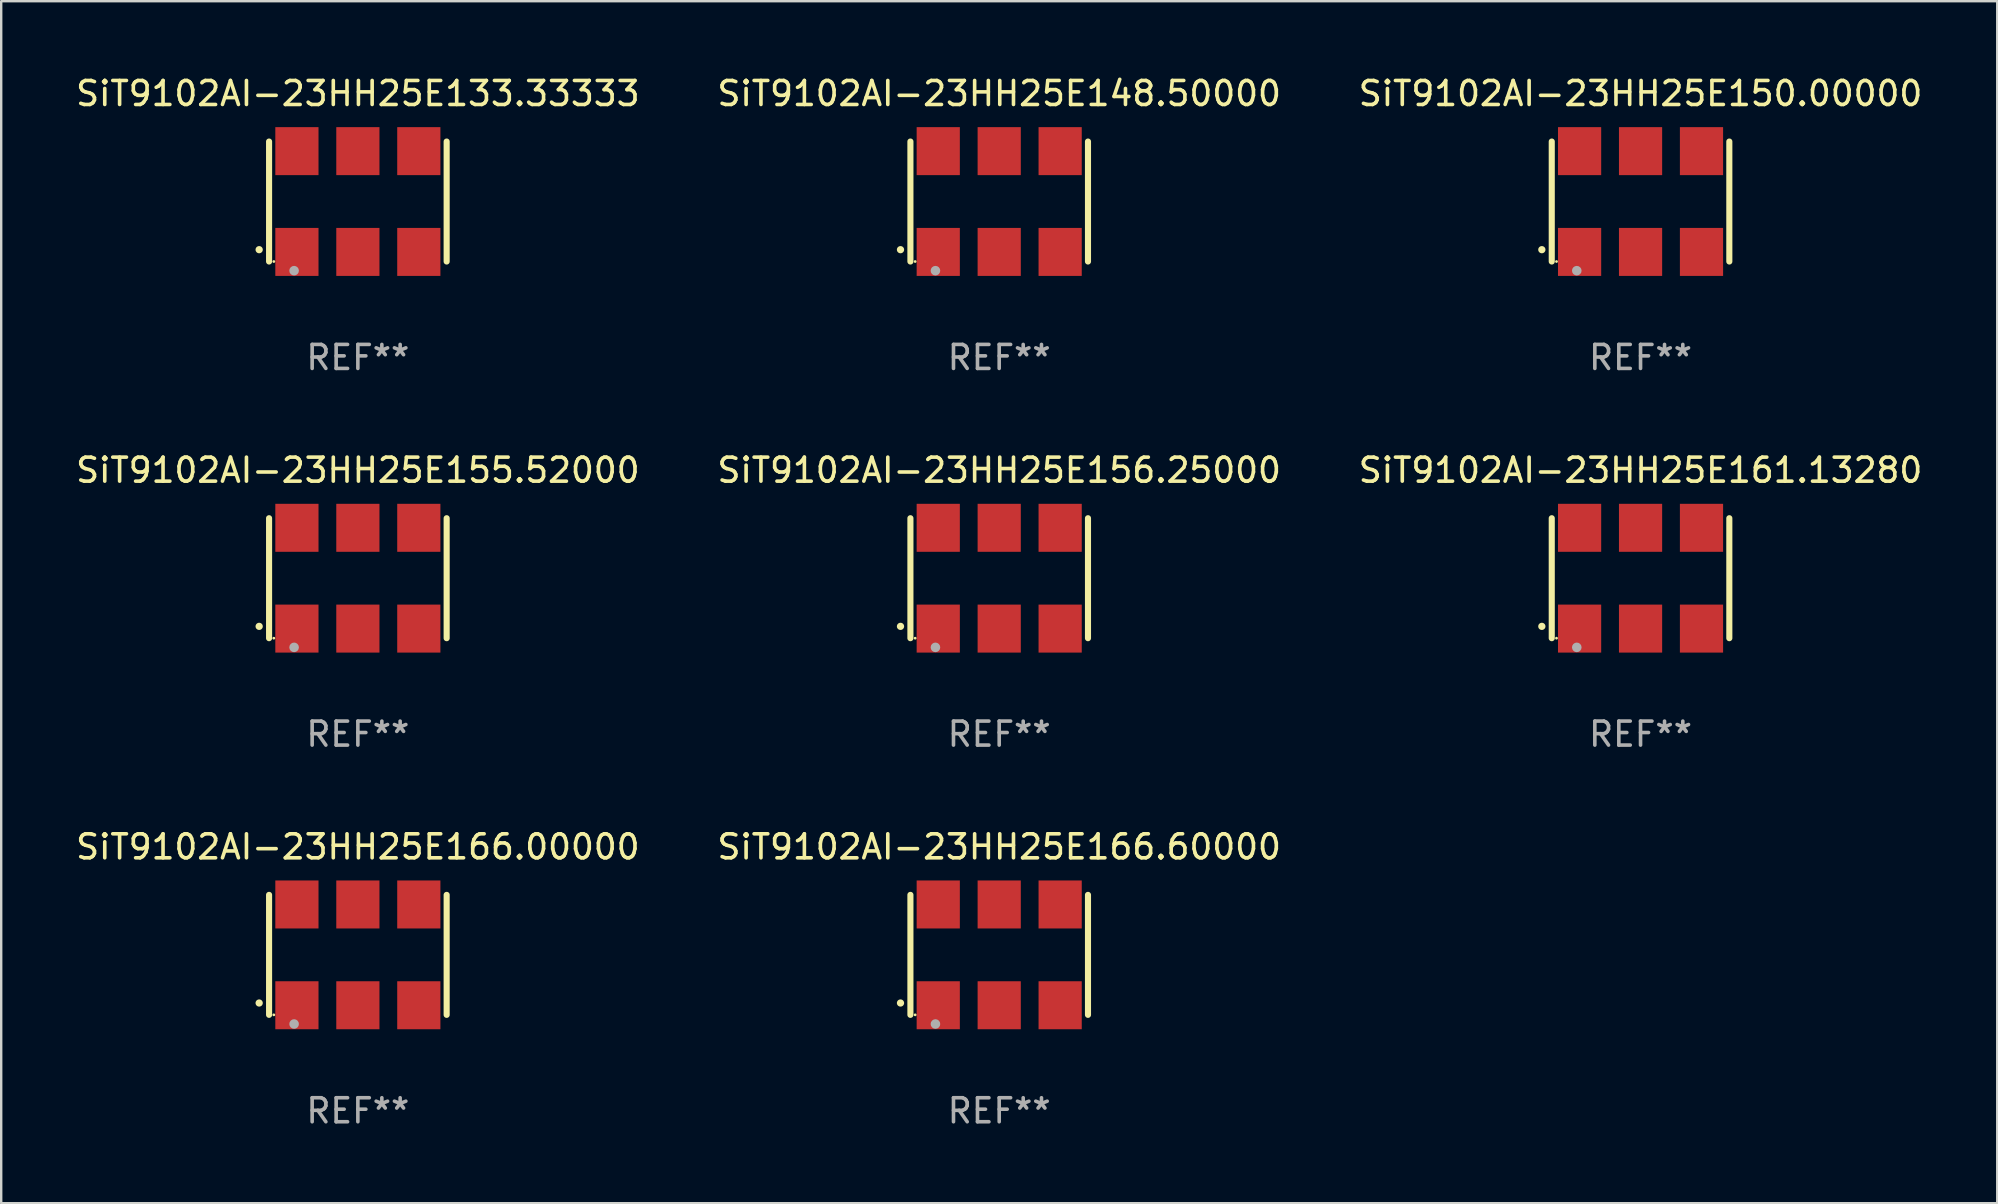
<source format=kicad_pcb>
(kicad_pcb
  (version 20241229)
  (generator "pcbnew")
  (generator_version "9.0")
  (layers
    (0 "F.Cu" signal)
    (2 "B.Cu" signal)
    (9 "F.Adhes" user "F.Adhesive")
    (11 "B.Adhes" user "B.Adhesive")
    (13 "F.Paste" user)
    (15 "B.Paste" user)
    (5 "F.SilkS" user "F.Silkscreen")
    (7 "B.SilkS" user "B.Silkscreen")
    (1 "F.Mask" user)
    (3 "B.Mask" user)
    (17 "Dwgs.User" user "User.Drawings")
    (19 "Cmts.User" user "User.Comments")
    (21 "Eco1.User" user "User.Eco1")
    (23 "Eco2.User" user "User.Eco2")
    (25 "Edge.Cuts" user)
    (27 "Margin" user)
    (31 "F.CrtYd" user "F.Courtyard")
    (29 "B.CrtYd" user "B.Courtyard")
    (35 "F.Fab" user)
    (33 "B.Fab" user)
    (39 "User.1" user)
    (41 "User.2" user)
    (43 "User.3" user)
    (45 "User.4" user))
  (footprint "SiT9102AI-23HH25E166.60000"
    (layer "F.Cu")
    (at 38.589 36.741)
    (property "Reference" "SiT9102AI-23HH25E166.60000" (at 0 -4.5 0) (layer "F.SilkS") (effects (font (size 1 1) (thickness 0.15))))
    (attr through_hole)
    (fp_line (start -3.7 -2.5) (end -3.7 2.5) (stroke (width 0.254) (type solid)) (layer "F.SilkS"))
    (fp_line (start 3.7 -2.5) (end 3.7 2.5) (stroke (width 0.254) (type solid)) (layer "F.SilkS"))
    (fp_arc (start -4.114415 2.006604) (mid -4.113145 2.006599) (end -4.111875 2.006604) (stroke (width 0.3) (type solid)) (layer "F.SilkS"))
    (fp_circle (center -3.502 2.5) (end -3.472 2.5) (stroke (width 0.06) (type solid)) (fill no) (layer "F.SilkS"))
    (fp_circle (center -2.657 2.882) (end -2.557 2.882) (stroke (width 0.2) (type solid)) (fill no) (layer "F.Fab"))
    (fp_text user "REF**" (at 0 6.5 0) (layer "F.Fab") (effects (font (size 1 1) (thickness 0.15))))
    (pad "1" smd rect (at -2.54 2.1) (size 1.8 2) (layers "F.Cu" "F.Mask" "F.Paste"))
    (pad "2" smd rect (at 0.000394 2.1) (size 1.8 2) (layers "F.Cu" "F.Mask" "F.Paste"))
    (pad "3" smd rect (at 2.54 2.1) (size 1.8 2) (layers "F.Cu" "F.Mask" "F.Paste"))
    (pad "4" smd rect (at 2.54 -2.1) (size 1.8 2) (layers "F.Cu" "F.Mask" "F.Paste"))
    (pad "5" smd rect (at 0.000394 -2.1) (size 1.8 2) (layers "F.Cu" "F.Mask" "F.Paste"))
    (pad "6" smd rect (at -2.54 -2.1) (size 1.8 2) (layers "F.Cu" "F.Mask" "F.Paste")))
  (footprint "SiT9102AI-23HH25E150.00000"
    (layer "F.Cu")
    (at 65.315 5.348)
    (property "Reference" "SiT9102AI-23HH25E150.00000" (at 0 -4.5 0) (layer "F.SilkS") (effects (font (size 1 1) (thickness 0.15))))
    (attr through_hole)
    (fp_line (start -3.7 -2.5) (end -3.7 2.5) (stroke (width 0.254) (type solid)) (layer "F.SilkS"))
    (fp_line (start 3.7 -2.5) (end 3.7 2.5) (stroke (width 0.254) (type solid)) (layer "F.SilkS"))
    (fp_arc (start -4.114415 2.006604) (mid -4.113145 2.006599) (end -4.111875 2.006604) (stroke (width 0.3) (type solid)) (layer "F.SilkS"))
    (fp_circle (center -3.502 2.5) (end -3.472 2.5) (stroke (width 0.06) (type solid)) (fill no) (layer "F.SilkS"))
    (fp_circle (center -2.657 2.882) (end -2.557 2.882) (stroke (width 0.2) (type solid)) (fill no) (layer "F.Fab"))
    (fp_text user "REF**" (at 0 6.5 0) (layer "F.Fab") (effects (font (size 1 1) (thickness 0.15))))
    (pad "1" smd rect (at -2.54 2.1) (size 1.8 2) (layers "F.Cu" "F.Mask" "F.Paste"))
    (pad "2" smd rect (at 0.000394 2.1) (size 1.8 2) (layers "F.Cu" "F.Mask" "F.Paste"))
    (pad "3" smd rect (at 2.54 2.1) (size 1.8 2) (layers "F.Cu" "F.Mask" "F.Paste"))
    (pad "4" smd rect (at 2.54 -2.1) (size 1.8 2) (layers "F.Cu" "F.Mask" "F.Paste"))
    (pad "5" smd rect (at 0.000394 -2.1) (size 1.8 2) (layers "F.Cu" "F.Mask" "F.Paste"))
    (pad "6" smd rect (at -2.54 -2.1) (size 1.8 2) (layers "F.Cu" "F.Mask" "F.Paste")))
  (footprint "SiT9102AI-23HH25E156.25000"
    (layer "F.Cu")
    (at 38.589 21.045)
    (property "Reference" "SiT9102AI-23HH25E156.25000" (at 0 -4.5 0) (layer "F.SilkS") (effects (font (size 1 1) (thickness 0.15))))
    (attr through_hole)
    (fp_line (start -3.7 -2.5) (end -3.7 2.5) (stroke (width 0.254) (type solid)) (layer "F.SilkS"))
    (fp_line (start 3.7 -2.5) (end 3.7 2.5) (stroke (width 0.254) (type solid)) (layer "F.SilkS"))
    (fp_arc (start -4.114415 2.006604) (mid -4.113145 2.006599) (end -4.111875 2.006604) (stroke (width 0.3) (type solid)) (layer "F.SilkS"))
    (fp_circle (center -3.502 2.5) (end -3.472 2.5) (stroke (width 0.06) (type solid)) (fill no) (layer "F.SilkS"))
    (fp_circle (center -2.657 2.882) (end -2.557 2.882) (stroke (width 0.2) (type solid)) (fill no) (layer "F.Fab"))
    (fp_text user "REF**" (at 0 6.5 0) (layer "F.Fab") (effects (font (size 1 1) (thickness 0.15))))
    (pad "1" smd rect (at -2.54 2.1) (size 1.8 2) (layers "F.Cu" "F.Mask" "F.Paste"))
    (pad "2" smd rect (at 0.000394 2.1) (size 1.8 2) (layers "F.Cu" "F.Mask" "F.Paste"))
    (pad "3" smd rect (at 2.54 2.1) (size 1.8 2) (layers "F.Cu" "F.Mask" "F.Paste"))
    (pad "4" smd rect (at 2.54 -2.1) (size 1.8 2) (layers "F.Cu" "F.Mask" "F.Paste"))
    (pad "5" smd rect (at 0.000394 -2.1) (size 1.8 2) (layers "F.Cu" "F.Mask" "F.Paste"))
    (pad "6" smd rect (at -2.54 -2.1) (size 1.8 2) (layers "F.Cu" "F.Mask" "F.Paste")))
  (footprint "SiT9102AI-23HH25E166.00000"
    (layer "F.Cu")
    (at 11.863 36.741)
    (property "Reference" "SiT9102AI-23HH25E166.00000" (at 0 -4.5 0) (layer "F.SilkS") (effects (font (size 1 1) (thickness 0.15))))
    (attr through_hole)
    (fp_line (start -3.7 -2.5) (end -3.7 2.5) (stroke (width 0.254) (type solid)) (layer "F.SilkS"))
    (fp_line (start 3.7 -2.5) (end 3.7 2.5) (stroke (width 0.254) (type solid)) (layer "F.SilkS"))
    (fp_arc (start -4.114415 2.006604) (mid -4.113145 2.006599) (end -4.111875 2.006604) (stroke (width 0.3) (type solid)) (layer "F.SilkS"))
    (fp_circle (center -3.502 2.5) (end -3.472 2.5) (stroke (width 0.06) (type solid)) (fill no) (layer "F.SilkS"))
    (fp_circle (center -2.657 2.882) (end -2.557 2.882) (stroke (width 0.2) (type solid)) (fill no) (layer "F.Fab"))
    (fp_text user "REF**" (at 0 6.5 0) (layer "F.Fab") (effects (font (size 1 1) (thickness 0.15))))
    (pad "1" smd rect (at -2.54 2.1) (size 1.8 2) (layers "F.Cu" "F.Mask" "F.Paste"))
    (pad "2" smd rect (at 0.000394 2.1) (size 1.8 2) (layers "F.Cu" "F.Mask" "F.Paste"))
    (pad "3" smd rect (at 2.54 2.1) (size 1.8 2) (layers "F.Cu" "F.Mask" "F.Paste"))
    (pad "4" smd rect (at 2.54 -2.1) (size 1.8 2) (layers "F.Cu" "F.Mask" "F.Paste"))
    (pad "5" smd rect (at 0.000394 -2.1) (size 1.8 2) (layers "F.Cu" "F.Mask" "F.Paste"))
    (pad "6" smd rect (at -2.54 -2.1) (size 1.8 2) (layers "F.Cu" "F.Mask" "F.Paste")))
  (footprint "SiT9102AI-23HH25E148.50000"
    (layer "F.Cu")
    (at 38.589 5.348)
    (property "Reference" "SiT9102AI-23HH25E148.50000" (at 0 -4.5 0) (layer "F.SilkS") (effects (font (size 1 1) (thickness 0.15))))
    (attr through_hole)
    (fp_line (start -3.7 -2.5) (end -3.7 2.5) (stroke (width 0.254) (type solid)) (layer "F.SilkS"))
    (fp_line (start 3.7 -2.5) (end 3.7 2.5) (stroke (width 0.254) (type solid)) (layer "F.SilkS"))
    (fp_arc (start -4.114415 2.006604) (mid -4.113145 2.006599) (end -4.111875 2.006604) (stroke (width 0.3) (type solid)) (layer "F.SilkS"))
    (fp_circle (center -3.502 2.5) (end -3.472 2.5) (stroke (width 0.06) (type solid)) (fill no) (layer "F.SilkS"))
    (fp_circle (center -2.657 2.882) (end -2.557 2.882) (stroke (width 0.2) (type solid)) (fill no) (layer "F.Fab"))
    (fp_text user "REF**" (at 0 6.5 0) (layer "F.Fab") (effects (font (size 1 1) (thickness 0.15))))
    (pad "1" smd rect (at -2.54 2.1) (size 1.8 2) (layers "F.Cu" "F.Mask" "F.Paste"))
    (pad "2" smd rect (at 0.000394 2.1) (size 1.8 2) (layers "F.Cu" "F.Mask" "F.Paste"))
    (pad "3" smd rect (at 2.54 2.1) (size 1.8 2) (layers "F.Cu" "F.Mask" "F.Paste"))
    (pad "4" smd rect (at 2.54 -2.1) (size 1.8 2) (layers "F.Cu" "F.Mask" "F.Paste"))
    (pad "5" smd rect (at 0.000394 -2.1) (size 1.8 2) (layers "F.Cu" "F.Mask" "F.Paste"))
    (pad "6" smd rect (at -2.54 -2.1) (size 1.8 2) (layers "F.Cu" "F.Mask" "F.Paste")))
  (footprint "SiT9102AI-23HH25E161.13280"
    (layer "F.Cu")
    (at 65.315 21.045)
    (property "Reference" "SiT9102AI-23HH25E161.13280" (at 0 -4.5 0) (layer "F.SilkS") (effects (font (size 1 1) (thickness 0.15))))
    (attr through_hole)
    (fp_line (start -3.7 -2.5) (end -3.7 2.5) (stroke (width 0.254) (type solid)) (layer "F.SilkS"))
    (fp_line (start 3.7 -2.5) (end 3.7 2.5) (stroke (width 0.254) (type solid)) (layer "F.SilkS"))
    (fp_arc (start -4.114415 2.006604) (mid -4.113145 2.006599) (end -4.111875 2.006604) (stroke (width 0.3) (type solid)) (layer "F.SilkS"))
    (fp_circle (center -3.502 2.5) (end -3.472 2.5) (stroke (width 0.06) (type solid)) (fill no) (layer "F.SilkS"))
    (fp_circle (center -2.657 2.882) (end -2.557 2.882) (stroke (width 0.2) (type solid)) (fill no) (layer "F.Fab"))
    (fp_text user "REF**" (at 0 6.5 0) (layer "F.Fab") (effects (font (size 1 1) (thickness 0.15))))
    (pad "1" smd rect (at -2.54 2.1) (size 1.8 2) (layers "F.Cu" "F.Mask" "F.Paste"))
    (pad "2" smd rect (at 0.000394 2.1) (size 1.8 2) (layers "F.Cu" "F.Mask" "F.Paste"))
    (pad "3" smd rect (at 2.54 2.1) (size 1.8 2) (layers "F.Cu" "F.Mask" "F.Paste"))
    (pad "4" smd rect (at 2.54 -2.1) (size 1.8 2) (layers "F.Cu" "F.Mask" "F.Paste"))
    (pad "5" smd rect (at 0.000394 -2.1) (size 1.8 2) (layers "F.Cu" "F.Mask" "F.Paste"))
    (pad "6" smd rect (at -2.54 -2.1) (size 1.8 2) (layers "F.Cu" "F.Mask" "F.Paste")))
  (footprint "SiT9102AI-23HH25E133.33333"
    (layer "F.Cu")
    (at 11.863 5.348)
    (property "Reference" "SiT9102AI-23HH25E133.33333" (at 0 -4.5 0) (layer "F.SilkS") (effects (font (size 1 1) (thickness 0.15))))
    (attr through_hole)
    (fp_line (start -3.7 -2.5) (end -3.7 2.5) (stroke (width 0.254) (type solid)) (layer "F.SilkS"))
    (fp_line (start 3.7 -2.5) (end 3.7 2.5) (stroke (width 0.254) (type solid)) (layer "F.SilkS"))
    (fp_arc (start -4.114415 2.006604) (mid -4.113145 2.006599) (end -4.111875 2.006604) (stroke (width 0.3) (type solid)) (layer "F.SilkS"))
    (fp_circle (center -3.502 2.5) (end -3.472 2.5) (stroke (width 0.06) (type solid)) (fill no) (layer "F.SilkS"))
    (fp_circle (center -2.657 2.882) (end -2.557 2.882) (stroke (width 0.2) (type solid)) (fill no) (layer "F.Fab"))
    (fp_text user "REF**" (at 0 6.5 0) (layer "F.Fab") (effects (font (size 1 1) (thickness 0.15))))
    (pad "1" smd rect (at -2.54 2.1) (size 1.8 2) (layers "F.Cu" "F.Mask" "F.Paste"))
    (pad "2" smd rect (at 0.000394 2.1) (size 1.8 2) (layers "F.Cu" "F.Mask" "F.Paste"))
    (pad "3" smd rect (at 2.54 2.1) (size 1.8 2) (layers "F.Cu" "F.Mask" "F.Paste"))
    (pad "4" smd rect (at 2.54 -2.1) (size 1.8 2) (layers "F.Cu" "F.Mask" "F.Paste"))
    (pad "5" smd rect (at 0.000394 -2.1) (size 1.8 2) (layers "F.Cu" "F.Mask" "F.Paste"))
    (pad "6" smd rect (at -2.54 -2.1) (size 1.8 2) (layers "F.Cu" "F.Mask" "F.Paste")))
  (footprint "SiT9102AI-23HH25E155.52000"
    (layer "F.Cu")
    (at 11.863 21.045)
    (property "Reference" "SiT9102AI-23HH25E155.52000" (at 0 -4.5 0) (layer "F.SilkS") (effects (font (size 1 1) (thickness 0.15))))
    (attr through_hole)
    (fp_line (start -3.7 -2.5) (end -3.7 2.5) (stroke (width 0.254) (type solid)) (layer "F.SilkS"))
    (fp_line (start 3.7 -2.5) (end 3.7 2.5) (stroke (width 0.254) (type solid)) (layer "F.SilkS"))
    (fp_arc (start -4.114415 2.006604) (mid -4.113145 2.006599) (end -4.111875 2.006604) (stroke (width 0.3) (type solid)) (layer "F.SilkS"))
    (fp_circle (center -3.502 2.5) (end -3.472 2.5) (stroke (width 0.06) (type solid)) (fill no) (layer "F.SilkS"))
    (fp_circle (center -2.657 2.882) (end -2.557 2.882) (stroke (width 0.2) (type solid)) (fill no) (layer "F.Fab"))
    (fp_text user "REF**" (at 0 6.5 0) (layer "F.Fab") (effects (font (size 1 1) (thickness 0.15))))
    (pad "1" smd rect (at -2.54 2.1) (size 1.8 2) (layers "F.Cu" "F.Mask" "F.Paste"))
    (pad "2" smd rect (at 0.000394 2.1) (size 1.8 2) (layers "F.Cu" "F.Mask" "F.Paste"))
    (pad "3" smd rect (at 2.54 2.1) (size 1.8 2) (layers "F.Cu" "F.Mask" "F.Paste"))
    (pad "4" smd rect (at 2.54 -2.1) (size 1.8 2) (layers "F.Cu" "F.Mask" "F.Paste"))
    (pad "5" smd rect (at 0.000394 -2.1) (size 1.8 2) (layers "F.Cu" "F.Mask" "F.Paste"))
    (pad "6" smd rect (at -2.54 -2.1) (size 1.8 2) (layers "F.Cu" "F.Mask" "F.Paste")))
  (gr_rect
    (start -3 -3)
    (end 80.179 47.09)
    (stroke (width 0.1) (type default))
    (fill no)
    (layer "Edge.Cuts")))
</source>
